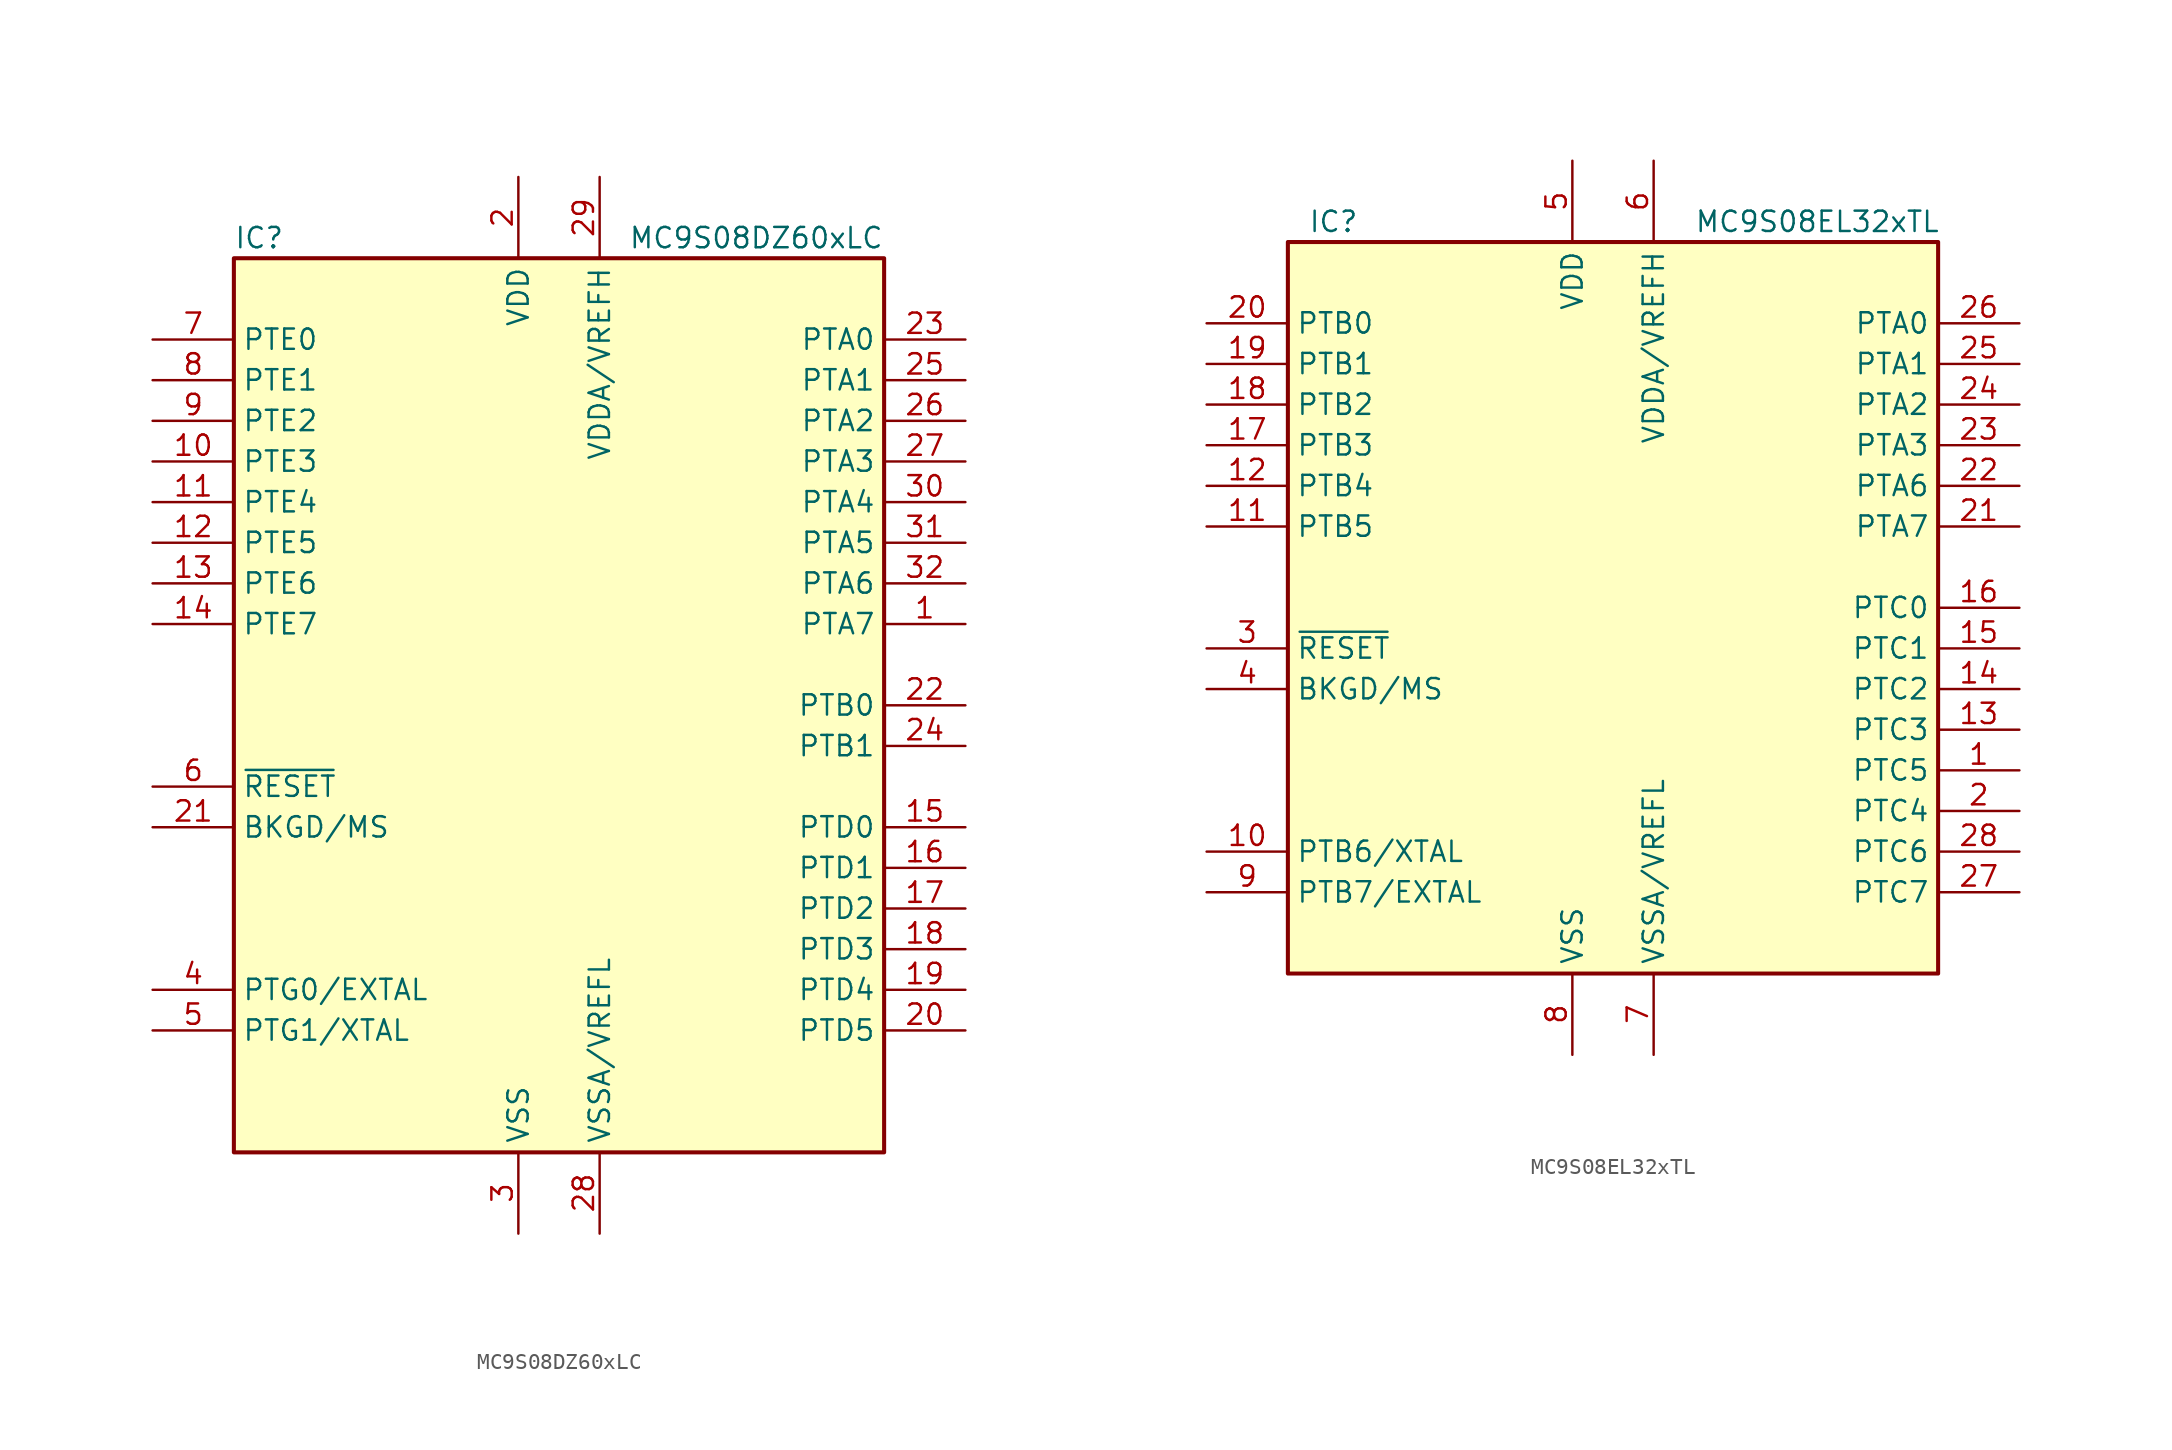
<source format=kicad_sym>
(kicad_symbol_lib
  (version 20211014)
  (generator kicad_symbol_editor)
  (symbol "MC9S08DZ60xLC"
    (property "Reference" "IC"
      (at -20.32 29.21 0)
      (effects (font (size 1.27 1.27)) (justify left)))
    (property "Value" "MC9S08DZ60xLC"
      (at 20.32 29.21 0)
      (effects (font (size 1.27 1.27)) (justify right)))
    (symbol "MC9S08DZ60xLC_0_1"
      (rectangle (start -20.32 27.94) (end 20.32 -27.94) (stroke (width 0.254) (type default) (color 0 0 0 0)) (fill (type background))))
    (symbol "MC9S08DZ60xLC_1_1"
      (pin bidirectional line (at 25.4 5.08 180) (length 5.08) (name "PTA7" (effects (font (size 1.27 1.27)))) (number "1" (effects (font (size 1.27 1.27)))))
      (pin bidirectional line (at -25.4 15.24 0) (length 5.08) (name "PTE3" (effects (font (size 1.27 1.27)))) (number "10" (effects (font (size 1.27 1.27)))))
      (pin bidirectional line (at -25.4 12.7 0) (length 5.08) (name "PTE4" (effects (font (size 1.27 1.27)))) (number "11" (effects (font (size 1.27 1.27)))))
      (pin bidirectional line (at -25.4 10.16 0) (length 5.08) (name "PTE5" (effects (font (size 1.27 1.27)))) (number "12" (effects (font (size 1.27 1.27)))))
      (pin bidirectional line (at -25.4 7.62 0) (length 5.08) (name "PTE6" (effects (font (size 1.27 1.27)))) (number "13" (effects (font (size 1.27 1.27)))))
      (pin bidirectional line (at -25.4 5.08 0) (length 5.08) (name "PTE7" (effects (font (size 1.27 1.27)))) (number "14" (effects (font (size 1.27 1.27)))))
      (pin bidirectional line (at 25.4 -7.62 180) (length 5.08) (name "PTD0" (effects (font (size 1.27 1.27)))) (number "15" (effects (font (size 1.27 1.27)))))
      (pin bidirectional line (at 25.4 -10.16 180) (length 5.08) (name "PTD1" (effects (font (size 1.27 1.27)))) (number "16" (effects (font (size 1.27 1.27)))))
      (pin bidirectional line (at 25.4 -12.7 180) (length 5.08) (name "PTD2" (effects (font (size 1.27 1.27)))) (number "17" (effects (font (size 1.27 1.27)))))
      (pin bidirectional line (at 25.4 -15.24 180) (length 5.08) (name "PTD3" (effects (font (size 1.27 1.27)))) (number "18" (effects (font (size 1.27 1.27)))))
      (pin bidirectional line (at 25.4 -17.78 180) (length 5.08) (name "PTD4" (effects (font (size 1.27 1.27)))) (number "19" (effects (font (size 1.27 1.27)))))
      (pin power_in line (at -2.54 33.02 270) (length 5.08) (name "VDD" (effects (font (size 1.27 1.27)))) (number "2" (effects (font (size 1.27 1.27)))))
      (pin bidirectional line (at 25.4 -20.32 180) (length 5.08) (name "PTD5" (effects (font (size 1.27 1.27)))) (number "20" (effects (font (size 1.27 1.27)))))
      (pin bidirectional line (at -25.4 -7.62 0) (length 5.08) (name "BKGD/MS" (effects (font (size 1.27 1.27)))) (number "21" (effects (font (size 1.27 1.27)))))
      (pin bidirectional line (at 25.4 0 180) (length 5.08) (name "PTB0" (effects (font (size 1.27 1.27)))) (number "22" (effects (font (size 1.27 1.27)))))
      (pin bidirectional line (at 25.4 22.86 180) (length 5.08) (name "PTA0" (effects (font (size 1.27 1.27)))) (number "23" (effects (font (size 1.27 1.27)))))
      (pin bidirectional line (at 25.4 -2.54 180) (length 5.08) (name "PTB1" (effects (font (size 1.27 1.27)))) (number "24" (effects (font (size 1.27 1.27)))))
      (pin bidirectional line (at 25.4 20.32 180) (length 5.08) (name "PTA1" (effects (font (size 1.27 1.27)))) (number "25" (effects (font (size 1.27 1.27)))))
      (pin bidirectional line (at 25.4 17.78 180) (length 5.08) (name "PTA2" (effects (font (size 1.27 1.27)))) (number "26" (effects (font (size 1.27 1.27)))))
      (pin bidirectional line (at 25.4 15.24 180) (length 5.08) (name "PTA3" (effects (font (size 1.27 1.27)))) (number "27" (effects (font (size 1.27 1.27)))))
      (pin power_in line (at 2.54 -33.02 90) (length 5.08) (name "VSSA/VREFL" (effects (font (size 1.27 1.27)))) (number "28" (effects (font (size 1.27 1.27)))))
      (pin power_in line (at 2.54 33.02 270) (length 5.08) (name "VDDA/VREFH" (effects (font (size 1.27 1.27)))) (number "29" (effects (font (size 1.27 1.27)))))
      (pin power_in line (at -2.54 -33.02 90) (length 5.08) (name "VSS" (effects (font (size 1.27 1.27)))) (number "3" (effects (font (size 1.27 1.27)))))
      (pin bidirectional line (at 25.4 12.7 180) (length 5.08) (name "PTA4" (effects (font (size 1.27 1.27)))) (number "30" (effects (font (size 1.27 1.27)))))
      (pin bidirectional line (at 25.4 10.16 180) (length 5.08) (name "PTA5" (effects (font (size 1.27 1.27)))) (number "31" (effects (font (size 1.27 1.27)))))
      (pin bidirectional line (at 25.4 7.62 180) (length 5.08) (name "PTA6" (effects (font (size 1.27 1.27)))) (number "32" (effects (font (size 1.27 1.27)))))
      (pin bidirectional line (at -25.4 -17.78 0) (length 5.08) (name "PTG0/EXTAL" (effects (font (size 1.27 1.27)))) (number "4" (effects (font (size 1.27 1.27)))))
      (pin bidirectional line (at -25.4 -20.32 0) (length 5.08) (name "PTG1/XTAL" (effects (font (size 1.27 1.27)))) (number "5" (effects (font (size 1.27 1.27)))))
      (pin input line (at -25.4 -5.08 0) (length 5.08) (name "~{RESET}" (effects (font (size 1.27 1.27)))) (number "6" (effects (font (size 1.27 1.27)))))
      (pin bidirectional line (at -25.4 22.86 0) (length 5.08) (name "PTE0" (effects (font (size 1.27 1.27)))) (number "7" (effects (font (size 1.27 1.27)))))
      (pin bidirectional line (at -25.4 20.32 0) (length 5.08) (name "PTE1" (effects (font (size 1.27 1.27)))) (number "8" (effects (font (size 1.27 1.27)))))
      (pin bidirectional line (at -25.4 17.78 0) (length 5.08) (name "PTE2" (effects (font (size 1.27 1.27)))) (number "9" (effects (font (size 1.27 1.27)))))))
  (symbol "MC9S08EL32xTL"
    (property "Reference" "IC"
      (at -19.05 24.13 0)
      (effects (font (size 1.27 1.27)) (justify left)))
    (property "Value" "MC9S08EL32xTL"
      (at 5.08 24.13 0)
      (effects (font (size 1.27 1.27)) (justify left)))
    (symbol "MC9S08EL32xTL_0_1"
      (rectangle (start -20.32 22.86) (end 20.32 -22.86) (stroke (width 0.254) (type default) (color 0 0 0 0)) (fill (type background))))
    (symbol "MC9S08EL32xTL_1_1"
      (pin bidirectional line (at 25.4 -10.16 180) (length 5.08) (name "PTC5" (effects (font (size 1.27 1.27)))) (number "1" (effects (font (size 1.27 1.27)))))
      (pin bidirectional line (at -25.4 -15.24 0) (length 5.08) (name "PTB6/XTAL" (effects (font (size 1.27 1.27)))) (number "10" (effects (font (size 1.27 1.27)))))
      (pin bidirectional line (at -25.4 5.08 0) (length 5.08) (name "PTB5" (effects (font (size 1.27 1.27)))) (number "11" (effects (font (size 1.27 1.27)))))
      (pin bidirectional line (at -25.4 7.62 0) (length 5.08) (name "PTB4" (effects (font (size 1.27 1.27)))) (number "12" (effects (font (size 1.27 1.27)))))
      (pin bidirectional line (at 25.4 -7.62 180) (length 5.08) (name "PTC3" (effects (font (size 1.27 1.27)))) (number "13" (effects (font (size 1.27 1.27)))))
      (pin bidirectional line (at 25.4 -5.08 180) (length 5.08) (name "PTC2" (effects (font (size 1.27 1.27)))) (number "14" (effects (font (size 1.27 1.27)))))
      (pin bidirectional line (at 25.4 -2.54 180) (length 5.08) (name "PTC1" (effects (font (size 1.27 1.27)))) (number "15" (effects (font (size 1.27 1.27)))))
      (pin bidirectional line (at 25.4 0 180) (length 5.08) (name "PTC0" (effects (font (size 1.27 1.27)))) (number "16" (effects (font (size 1.27 1.27)))))
      (pin bidirectional line (at -25.4 10.16 0) (length 5.08) (name "PTB3" (effects (font (size 1.27 1.27)))) (number "17" (effects (font (size 1.27 1.27)))))
      (pin bidirectional line (at -25.4 12.7 0) (length 5.08) (name "PTB2" (effects (font (size 1.27 1.27)))) (number "18" (effects (font (size 1.27 1.27)))))
      (pin bidirectional line (at -25.4 15.24 0) (length 5.08) (name "PTB1" (effects (font (size 1.27 1.27)))) (number "19" (effects (font (size 1.27 1.27)))))
      (pin bidirectional line (at 25.4 -12.7 180) (length 5.08) (name "PTC4" (effects (font (size 1.27 1.27)))) (number "2" (effects (font (size 1.27 1.27)))))
      (pin bidirectional line (at -25.4 17.78 0) (length 5.08) (name "PTB0" (effects (font (size 1.27 1.27)))) (number "20" (effects (font (size 1.27 1.27)))))
      (pin bidirectional line (at 25.4 5.08 180) (length 5.08) (name "PTA7" (effects (font (size 1.27 1.27)))) (number "21" (effects (font (size 1.27 1.27)))))
      (pin bidirectional line (at 25.4 7.62 180) (length 5.08) (name "PTA6" (effects (font (size 1.27 1.27)))) (number "22" (effects (font (size 1.27 1.27)))))
      (pin bidirectional line (at 25.4 10.16 180) (length 5.08) (name "PTA3" (effects (font (size 1.27 1.27)))) (number "23" (effects (font (size 1.27 1.27)))))
      (pin bidirectional line (at 25.4 12.7 180) (length 5.08) (name "PTA2" (effects (font (size 1.27 1.27)))) (number "24" (effects (font (size 1.27 1.27)))))
      (pin bidirectional line (at 25.4 15.24 180) (length 5.08) (name "PTA1" (effects (font (size 1.27 1.27)))) (number "25" (effects (font (size 1.27 1.27)))))
      (pin bidirectional line (at 25.4 17.78 180) (length 5.08) (name "PTA0" (effects (font (size 1.27 1.27)))) (number "26" (effects (font (size 1.27 1.27)))))
      (pin bidirectional line (at 25.4 -17.78 180) (length 5.08) (name "PTC7" (effects (font (size 1.27 1.27)))) (number "27" (effects (font (size 1.27 1.27)))))
      (pin bidirectional line (at 25.4 -15.24 180) (length 5.08) (name "PTC6" (effects (font (size 1.27 1.27)))) (number "28" (effects (font (size 1.27 1.27)))))
      (pin input line (at -25.4 -2.54 0) (length 5.08) (name "~{RESET}" (effects (font (size 1.27 1.27)))) (number "3" (effects (font (size 1.27 1.27)))))
      (pin bidirectional line (at -25.4 -5.08 0) (length 5.08) (name "BKGD/MS" (effects (font (size 1.27 1.27)))) (number "4" (effects (font (size 1.27 1.27)))))
      (pin power_in line (at -2.54 27.94 270) (length 5.08) (name "VDD" (effects (font (size 1.27 1.27)))) (number "5" (effects (font (size 1.27 1.27)))))
      (pin power_in line (at 2.54 27.94 270) (length 5.08) (name "VDDA/VREFH" (effects (font (size 1.27 1.27)))) (number "6" (effects (font (size 1.27 1.27)))))
      (pin power_in line (at 2.54 -27.94 90) (length 5.08) (name "VSSA/VREFL" (effects (font (size 1.27 1.27)))) (number "7" (effects (font (size 1.27 1.27)))))
      (pin power_in line (at -2.54 -27.94 90) (length 5.08) (name "VSS" (effects (font (size 1.27 1.27)))) (number "8" (effects (font (size 1.27 1.27)))))
      (pin bidirectional line (at -25.4 -17.78 0) (length 5.08) (name "PTB7/EXTAL" (effects (font (size 1.27 1.27)))) (number "9" (effects (font (size 1.27 1.27))))))))
</source>
